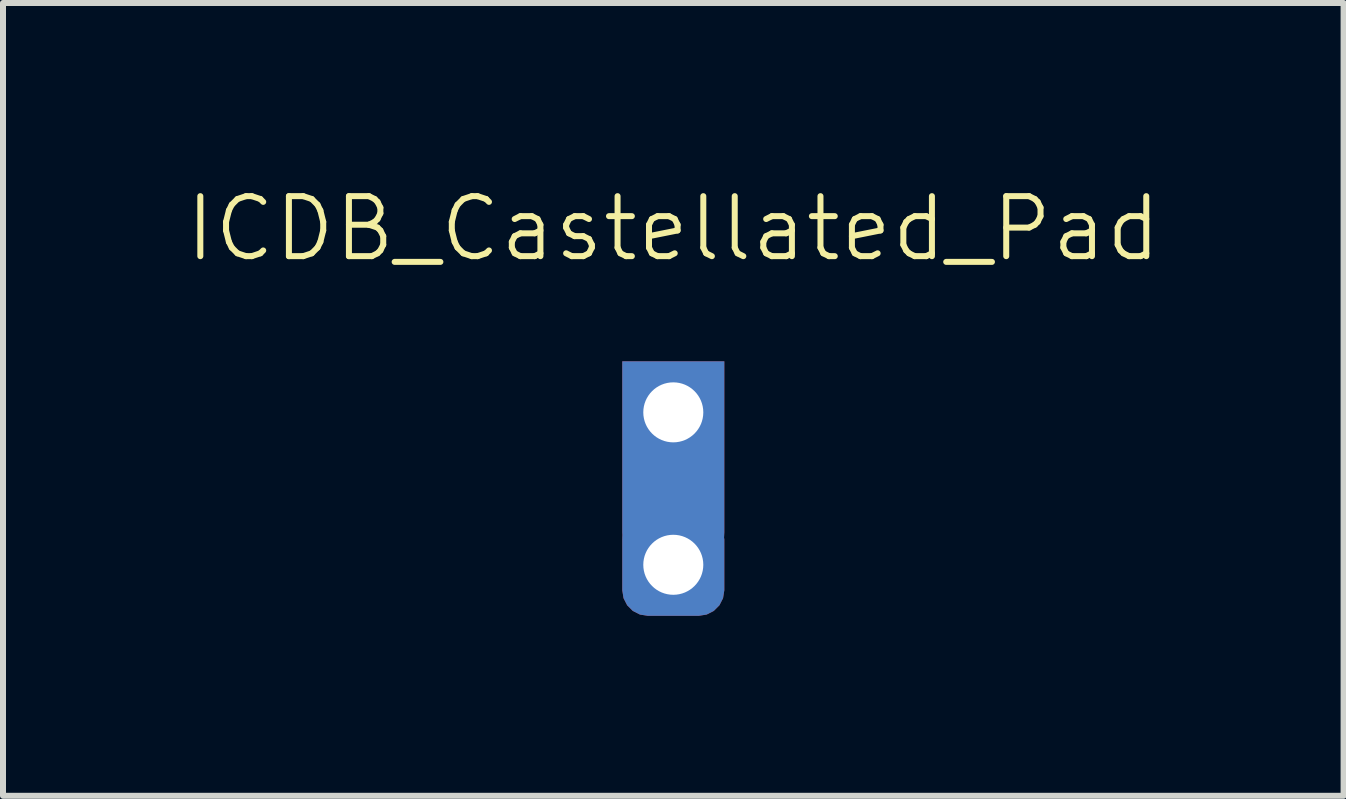
<source format=kicad_pcb>
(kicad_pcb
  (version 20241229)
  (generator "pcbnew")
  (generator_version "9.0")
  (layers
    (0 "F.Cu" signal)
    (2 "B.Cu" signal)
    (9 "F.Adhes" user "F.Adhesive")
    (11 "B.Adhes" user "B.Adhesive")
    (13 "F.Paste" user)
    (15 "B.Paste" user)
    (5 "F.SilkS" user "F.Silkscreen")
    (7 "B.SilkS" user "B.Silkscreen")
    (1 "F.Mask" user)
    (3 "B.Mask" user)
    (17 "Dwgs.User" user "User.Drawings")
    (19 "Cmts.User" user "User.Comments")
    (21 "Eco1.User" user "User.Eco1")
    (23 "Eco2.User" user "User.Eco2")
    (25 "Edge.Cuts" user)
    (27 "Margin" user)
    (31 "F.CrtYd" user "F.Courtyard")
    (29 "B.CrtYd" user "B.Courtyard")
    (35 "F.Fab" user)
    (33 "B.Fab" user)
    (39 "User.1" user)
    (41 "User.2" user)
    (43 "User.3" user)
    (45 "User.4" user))
  (footprint "ICDB_Castellated_Pad"
    (layer "F.Cu")
    (at 8.169 6.361)
    (property "Reference" "ICDB_Castellated_Pad" (at 0 -5.6 0) (unlocked yes) (layer "F.SilkS") (effects (font (size 1 1) (thickness 0.1))))
    (pad "1" thru_hole custom (at 0 -2.54) (size 1.7 1.7) (drill 1) (property pad_prop_castellated) (layers "*.Cu" "*.Mask") (options (anchor rect)) (primitives (gr_line (start 0 0) (end 0 2) (width 1.7))))
    (pad "1" thru_hole roundrect (at 0 0) (size 1.7 1.7) (drill 1) (property pad_prop_castellated) (layers "*.Cu" "*.Mask") (roundrect_rratio 0.25)))
  (gr_rect
    (start -3 -3)
    (end 19.338 10.21)
    (stroke (width 0.1) (type default))
    (fill no)
    (layer "Edge.Cuts")))
</source>
